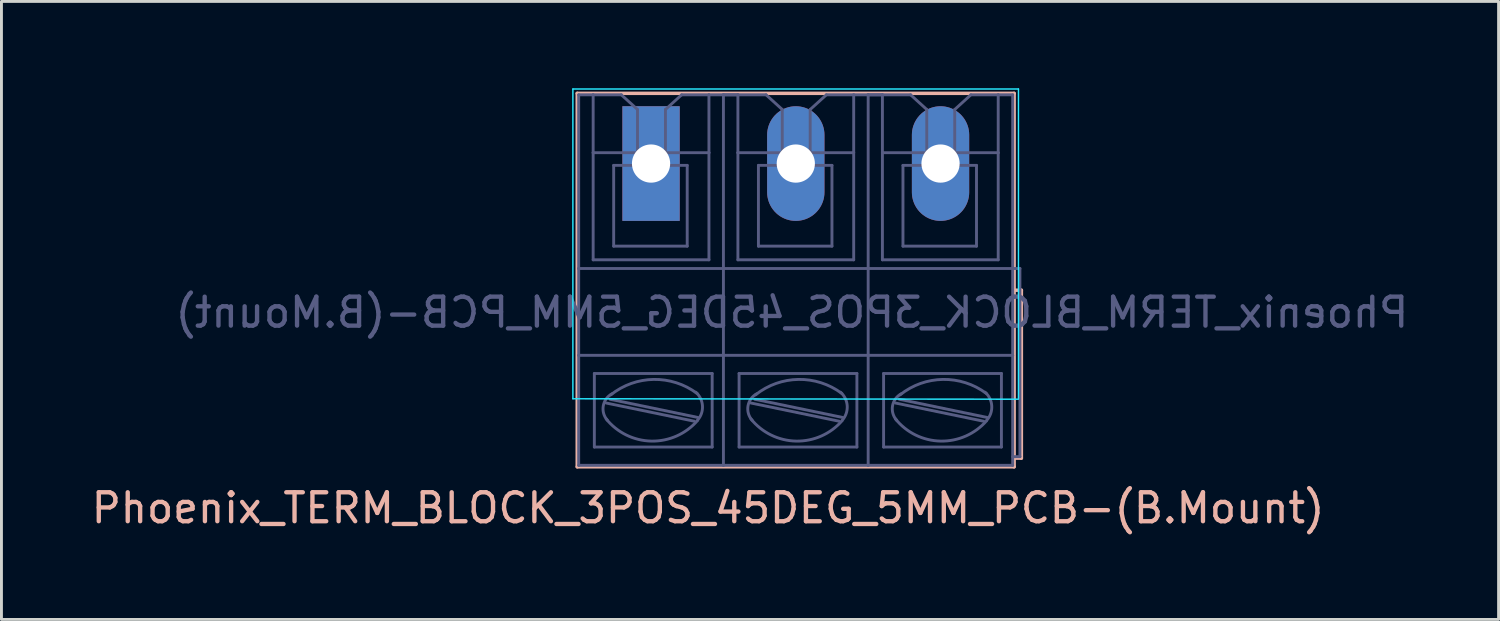
<source format=kicad_pcb>
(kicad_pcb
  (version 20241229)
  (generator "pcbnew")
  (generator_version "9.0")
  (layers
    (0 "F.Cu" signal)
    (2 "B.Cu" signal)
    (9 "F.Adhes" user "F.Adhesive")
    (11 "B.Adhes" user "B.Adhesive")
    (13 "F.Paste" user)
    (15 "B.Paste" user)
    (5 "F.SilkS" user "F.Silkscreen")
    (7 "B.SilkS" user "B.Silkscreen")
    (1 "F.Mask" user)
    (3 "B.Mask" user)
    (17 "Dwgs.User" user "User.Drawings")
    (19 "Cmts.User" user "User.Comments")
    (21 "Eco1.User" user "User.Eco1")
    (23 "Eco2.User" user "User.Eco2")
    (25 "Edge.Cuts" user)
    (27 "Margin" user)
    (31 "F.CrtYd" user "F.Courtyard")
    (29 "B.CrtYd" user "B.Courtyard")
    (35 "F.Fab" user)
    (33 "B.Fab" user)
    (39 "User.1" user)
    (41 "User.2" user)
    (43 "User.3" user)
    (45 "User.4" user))
  (footprint "Phoenix_TERM_BLOCK_3POS_45DEG_5MM_PCB-(B.Mount)"
    (layer "F.Cu")
    (at 19.44 2.6)
    (property "Reference" "Phoenix_TERM_BLOCK_3POS_45DEG_5MM_PCB-(B.Mount)" (at 1.97 11.9 0) (layer "B.SilkS") (effects (font (size 1 1) (thickness 0.15))))
    (attr through_hole)
    (fp_line (start -2.55 -2.425) (end -2.55 10.475) (stroke (width 0.12) (type solid)) (layer "B.SilkS"))
    (fp_line (start -2.55 10.475) (end 12.542 10.475) (stroke (width 0.12) (type solid)) (layer "B.SilkS"))
    (fp_line (start 12.542 -2.425) (end -2.55 -2.425) (stroke (width 0.12) (type solid)) (layer "B.SilkS"))
    (fp_line (start 12.542 4.375) (end 12.542 -2.425) (stroke (width 0.12) (type solid)) (layer "B.SilkS"))
    (fp_line (start 12.542 10.175) (end 12.542 4.375) (stroke (width 0.12) (type solid)) (layer "B.SilkS"))
    (fp_line (start 12.542 10.175) (end 12.792 10.175) (stroke (width 0.12) (type solid)) (layer "B.SilkS"))
    (fp_line (start 12.542 10.475) (end 12.542 10.175) (stroke (width 0.12) (type solid)) (layer "B.SilkS"))
    (fp_line (start 12.792 4.375) (end 12.542 4.375) (stroke (width 0.12) (type solid)) (layer "B.SilkS"))
    (fp_line (start 12.792 10.175) (end 12.792 4.375) (stroke (width 0.12) (type solid)) (layer "B.SilkS"))
    (fp_line (start -2.7 8.125) (end -2.7 -2.575) (stroke (width 0.05) (type solid)) (layer "B.CrtYd"))
    (fp_line (start -2.7 8.125) (end 12.689 8.14) (stroke (width 0.05) (type solid)) (layer "B.CrtYd"))
    (fp_line (start 12.692 -2.575) (end -2.7 -2.575) (stroke (width 0.05) (type solid)) (layer "B.CrtYd"))
    (fp_line (start 12.692 -2.575) (end 12.692 8.125) (stroke (width 0.05) (type solid)) (layer "B.CrtYd"))
    (fp_line (start -2.5 -2.375) (end -2.5 3.625) (stroke (width 0.1) (type solid)) (layer "B.Fab"))
    (fp_line (start -2.5 -2.375) (end -2 -2.375) (stroke (width 0.1) (type solid)) (layer "B.Fab"))
    (fp_line (start -2.5 3.625) (end -2.5 6.625) (stroke (width 0.1) (type solid)) (layer "B.Fab"))
    (fp_line (start -2.5 6.625) (end -2.5 10.425) (stroke (width 0.1) (type solid)) (layer "B.Fab"))
    (fp_line (start -2 -2.375) (end -1.027 -2.375) (stroke (width 0.1) (type solid)) (layer "B.Fab"))
    (fp_line (start -2 -0.375) (end -2 -2.375) (stroke (width 0.1) (type solid)) (layer "B.Fab"))
    (fp_line (start -2 3.325) (end -2 -0.375) (stroke (width 0.1) (type solid)) (layer "B.Fab"))
    (fp_line (start -1.959 7.252) (end -1.959 9.792) (stroke (width 0.1) (type solid)) (layer "B.Fab"))
    (fp_line (start -1.549 8.272) (end 1.501 8.902) (stroke (width 0.1) (type solid)) (layer "B.Fab"))
    (fp_line (start -1.419 8.142) (end 1.621 8.772) (stroke (width 0.1) (type solid)) (layer "B.Fab"))
    (fp_line (start -1.291 0.063) (end -1.291 2.853) (stroke (width 0.1) (type solid)) (layer "B.Fab"))
    (fp_line (start -1.291 0.063) (end 1.249 0.063) (stroke (width 0.1) (type solid)) (layer "B.Fab"))
    (fp_line (start -1.291 2.853) (end 1.249 2.853) (stroke (width 0.1) (type solid)) (layer "B.Fab"))
    (fp_line (start -1.027 -2.375) (end -0.468 -1.867) (stroke (width 0.1) (type solid)) (layer "B.Fab"))
    (fp_line (start -0.468 -1.867) (end -0.468 -0.394) (stroke (width 0.1) (type solid)) (layer "B.Fab"))
    (fp_line (start 0.497 -1.867) (end 0.497 -0.394) (stroke (width 0.1) (type solid)) (layer "B.Fab"))
    (fp_line (start 1.056 -2.375) (end 0.497 -1.867) (stroke (width 0.1) (type solid)) (layer "B.Fab"))
    (fp_line (start 1.249 0.063) (end 1.249 2.853) (stroke (width 0.1) (type solid)) (layer "B.Fab"))
    (fp_line (start 2 -2.375) (end 1.056 -2.375) (stroke (width 0.1) (type solid)) (layer "B.Fab"))
    (fp_line (start 2 -2.375) (end 2 -0.375) (stroke (width 0.1) (type solid)) (layer "B.Fab"))
    (fp_line (start 2 -2.375) (end 2.5 -2.375) (stroke (width 0.1) (type solid)) (layer "B.Fab"))
    (fp_line (start 2 -0.375) (end -2 -0.375) (stroke (width 0.1) (type solid)) (layer "B.Fab"))
    (fp_line (start 2 -0.375) (end 2 3.325) (stroke (width 0.1) (type solid)) (layer "B.Fab"))
    (fp_line (start 2 3.325) (end -2 3.325) (stroke (width 0.1) (type solid)) (layer "B.Fab"))
    (fp_line (start 2.111 7.252) (end -1.959 7.252) (stroke (width 0.1) (type solid)) (layer "B.Fab"))
    (fp_line (start 2.111 7.252) (end 2.111 9.792) (stroke (width 0.1) (type solid)) (layer "B.Fab"))
    (fp_line (start 2.111 9.792) (end -1.959 9.792) (stroke (width 0.1) (type solid)) (layer "B.Fab"))
    (fp_line (start 2.5 -2.375) (end 2.5 3.625) (stroke (width 0.1) (type solid)) (layer "B.Fab"))
    (fp_line (start 2.5 -2.375) (end 3 -2.375) (stroke (width 0.1) (type solid)) (layer "B.Fab"))
    (fp_line (start 2.5 -2.375) (end 3 -2.375) (stroke (width 0.1) (type solid)) (layer "B.Fab"))
    (fp_line (start 2.5 3.625) (end -2.5 3.625) (stroke (width 0.1) (type solid)) (layer "B.Fab"))
    (fp_line (start 2.5 3.625) (end 2.5 6.625) (stroke (width 0.1) (type solid)) (layer "B.Fab"))
    (fp_line (start 2.5 6.625) (end -2.5 6.625) (stroke (width 0.1) (type solid)) (layer "B.Fab"))
    (fp_line (start 2.5 6.625) (end 2.5 10.425) (stroke (width 0.1) (type solid)) (layer "B.Fab"))
    (fp_line (start 2.5 10.425) (end -2.5 10.425) (stroke (width 0.1) (type solid)) (layer "B.Fab"))
    (fp_line (start 3 -2.375) (end 3.973 -2.375) (stroke (width 0.1) (type solid)) (layer "B.Fab"))
    (fp_line (start 3 -0.375) (end 3 -2.375) (stroke (width 0.1) (type solid)) (layer "B.Fab"))
    (fp_line (start 3 3.325) (end 3 -0.375) (stroke (width 0.1) (type solid)) (layer "B.Fab"))
    (fp_line (start 3.041 7.252) (end 3.041 9.792) (stroke (width 0.1) (type solid)) (layer "B.Fab"))
    (fp_line (start 3.451 8.272) (end 6.501 8.902) (stroke (width 0.1) (type solid)) (layer "B.Fab"))
    (fp_line (start 3.581 8.142) (end 6.621 8.772) (stroke (width 0.1) (type solid)) (layer "B.Fab"))
    (fp_line (start 3.709 0.063) (end 3.709 2.853) (stroke (width 0.1) (type solid)) (layer "B.Fab"))
    (fp_line (start 3.709 0.063) (end 6.249 0.063) (stroke (width 0.1) (type solid)) (layer "B.Fab"))
    (fp_line (start 3.709 2.853) (end 6.249 2.853) (stroke (width 0.1) (type solid)) (layer "B.Fab"))
    (fp_line (start 3.973 -2.375) (end 4.532 -1.867) (stroke (width 0.1) (type solid)) (layer "B.Fab"))
    (fp_line (start 4.532 -1.867) (end 4.532 -0.394) (stroke (width 0.1) (type solid)) (layer "B.Fab"))
    (fp_line (start 5.497 -1.867) (end 5.497 -0.394) (stroke (width 0.1) (type solid)) (layer "B.Fab"))
    (fp_line (start 6.056 -2.375) (end 5.497 -1.867) (stroke (width 0.1) (type solid)) (layer "B.Fab"))
    (fp_line (start 6.249 0.063) (end 6.249 2.853) (stroke (width 0.1) (type solid)) (layer "B.Fab"))
    (fp_line (start 7 -2.375) (end 6.056 -2.375) (stroke (width 0.1) (type solid)) (layer "B.Fab"))
    (fp_line (start 7 -2.375) (end 7 -0.375) (stroke (width 0.1) (type solid)) (layer "B.Fab"))
    (fp_line (start 7 -2.375) (end 7.5 -2.375) (stroke (width 0.1) (type solid)) (layer "B.Fab"))
    (fp_line (start 7 -0.375) (end 3 -0.375) (stroke (width 0.1) (type solid)) (layer "B.Fab"))
    (fp_line (start 7 -0.375) (end 7 3.325) (stroke (width 0.1) (type solid)) (layer "B.Fab"))
    (fp_line (start 7 3.325) (end 3 3.325) (stroke (width 0.1) (type solid)) (layer "B.Fab"))
    (fp_line (start 7.111 7.252) (end 3.041 7.252) (stroke (width 0.1) (type solid)) (layer "B.Fab"))
    (fp_line (start 7.111 7.252) (end 7.111 9.792) (stroke (width 0.1) (type solid)) (layer "B.Fab"))
    (fp_line (start 7.111 9.792) (end 3.041 9.792) (stroke (width 0.1) (type solid)) (layer "B.Fab"))
    (fp_line (start 7.492 -2.375) (end 7.992 -2.375) (stroke (width 0.1) (type solid)) (layer "B.Fab"))
    (fp_line (start 7.492 -2.375) (end 7.992 -2.375) (stroke (width 0.1) (type solid)) (layer "B.Fab"))
    (fp_line (start 7.5 -2.375) (end 7.5 3.625) (stroke (width 0.1) (type solid)) (layer "B.Fab"))
    (fp_line (start 7.5 3.625) (end 2.5 3.625) (stroke (width 0.1) (type solid)) (layer "B.Fab"))
    (fp_line (start 7.5 3.625) (end 7.5 6.625) (stroke (width 0.1) (type solid)) (layer "B.Fab"))
    (fp_line (start 7.5 6.625) (end 2.5 6.625) (stroke (width 0.1) (type solid)) (layer "B.Fab"))
    (fp_line (start 7.5 6.625) (end 7.5 10.425) (stroke (width 0.1) (type solid)) (layer "B.Fab"))
    (fp_line (start 7.5 10.425) (end 2.5 10.425) (stroke (width 0.1) (type solid)) (layer "B.Fab"))
    (fp_line (start 7.992 -2.375) (end 8.966 -2.375) (stroke (width 0.1) (type solid)) (layer "B.Fab"))
    (fp_line (start 7.992 -0.375) (end 7.992 -2.375) (stroke (width 0.1) (type solid)) (layer "B.Fab"))
    (fp_line (start 7.992 3.325) (end 7.992 -0.375) (stroke (width 0.1) (type solid)) (layer "B.Fab"))
    (fp_line (start 8.033 7.252) (end 8.033 9.792) (stroke (width 0.1) (type solid)) (layer "B.Fab"))
    (fp_line (start 8.443 8.272) (end 11.493 8.902) (stroke (width 0.1) (type solid)) (layer "B.Fab"))
    (fp_line (start 8.573 8.142) (end 11.613 8.772) (stroke (width 0.1) (type solid)) (layer "B.Fab"))
    (fp_line (start 8.702 0.063) (end 8.702 2.853) (stroke (width 0.1) (type solid)) (layer "B.Fab"))
    (fp_line (start 8.702 0.063) (end 11.242 0.063) (stroke (width 0.1) (type solid)) (layer "B.Fab"))
    (fp_line (start 8.702 2.853) (end 11.242 2.853) (stroke (width 0.1) (type solid)) (layer "B.Fab"))
    (fp_line (start 8.966 -2.375) (end 9.524 -1.867) (stroke (width 0.1) (type solid)) (layer "B.Fab"))
    (fp_line (start 9.524 -1.867) (end 9.524 -0.394) (stroke (width 0.1) (type solid)) (layer "B.Fab"))
    (fp_line (start 10.49 -1.867) (end 10.49 -0.394) (stroke (width 0.1) (type solid)) (layer "B.Fab"))
    (fp_line (start 11.048 -2.375) (end 10.49 -1.867) (stroke (width 0.1) (type solid)) (layer "B.Fab"))
    (fp_line (start 11.242 0.063) (end 11.242 2.853) (stroke (width 0.1) (type solid)) (layer "B.Fab"))
    (fp_line (start 11.992 -2.375) (end 11.048 -2.375) (stroke (width 0.1) (type solid)) (layer "B.Fab"))
    (fp_line (start 11.992 -2.375) (end 11.992 -0.375) (stroke (width 0.1) (type solid)) (layer "B.Fab"))
    (fp_line (start 11.992 -2.375) (end 12.492 -2.375) (stroke (width 0.1) (type solid)) (layer "B.Fab"))
    (fp_line (start 11.992 -0.375) (end 7.992 -0.375) (stroke (width 0.1) (type solid)) (layer "B.Fab"))
    (fp_line (start 11.992 -0.375) (end 11.992 3.325) (stroke (width 0.1) (type solid)) (layer "B.Fab"))
    (fp_line (start 11.992 3.325) (end 7.992 3.325) (stroke (width 0.1) (type solid)) (layer "B.Fab"))
    (fp_line (start 12.103 7.252) (end 8.033 7.252) (stroke (width 0.1) (type solid)) (layer "B.Fab"))
    (fp_line (start 12.103 7.252) (end 12.103 9.792) (stroke (width 0.1) (type solid)) (layer "B.Fab"))
    (fp_line (start 12.103 9.792) (end 8.033 9.792) (stroke (width 0.1) (type solid)) (layer "B.Fab"))
    (fp_line (start 12.492 3.625) (end 7.492 3.625) (stroke (width 0.1) (type solid)) (layer "B.Fab"))
    (fp_line (start 12.492 3.625) (end 12.492 -2.375) (stroke (width 0.1) (type solid)) (layer "B.Fab"))
    (fp_line (start 12.492 3.625) (end 12.492 6.625) (stroke (width 0.1) (type solid)) (layer "B.Fab"))
    (fp_line (start 12.492 6.625) (end 7.492 6.625) (stroke (width 0.1) (type solid)) (layer "B.Fab"))
    (fp_line (start 12.492 6.625) (end 12.492 10.425) (stroke (width 0.1) (type solid)) (layer "B.Fab"))
    (fp_line (start 12.492 10.425) (end 7.492 10.425) (stroke (width 0.1) (type solid)) (layer "B.Fab"))
    (fp_line (start 12.742 3.625) (end 12.492 3.625) (stroke (width 0.1) (type solid)) (layer "B.Fab"))
    (fp_line (start 12.742 10.125) (end 12.492 10.125) (stroke (width 0.1) (type solid)) (layer "B.Fab"))
    (fp_line (start 12.742 10.125) (end 12.742 3.625) (stroke (width 0.1) (type solid)) (layer "B.Fab"))
    (fp_arc (start -1.504626 8.871405) (mid -1.651524 8.373915) (end -1.3492 7.9524) (stroke (width 0.1) (type solid)) (layer "B.Fab"))
    (fp_arc (start -1.391533 7.990663) (mid 0.091383 7.456718) (end 1.5908 7.9424) (stroke (width 0.1) (type solid)) (layer "B.Fab"))
    (fp_arc (start 1.546332 7.898405) (mid 1.776533 8.374052) (end 1.6008 8.8724) (stroke (width 0.1) (type solid)) (layer "B.Fab"))
    (fp_arc (start 1.599039 8.884086) (mid 0.010537 9.587267) (end -1.5492 8.8224) (stroke (width 0.1) (type solid)) (layer "B.Fab"))
    (fp_arc (start 3.495374 8.871405) (mid 3.348476 8.373915) (end 3.6508 7.9524) (stroke (width 0.1) (type solid)) (layer "B.Fab"))
    (fp_arc (start 3.608467 7.990663) (mid 5.091383 7.456718) (end 6.5908 7.9424) (stroke (width 0.1) (type solid)) (layer "B.Fab"))
    (fp_arc (start 6.546332 7.898405) (mid 6.776533 8.374052) (end 6.6008 8.8724) (stroke (width 0.1) (type solid)) (layer "B.Fab"))
    (fp_arc (start 6.599039 8.884086) (mid 5.010537 9.587267) (end 3.4508 8.8224) (stroke (width 0.1) (type solid)) (layer "B.Fab"))
    (fp_arc (start 8.487774 8.871405) (mid 8.340876 8.373915) (end 8.6432 7.9524) (stroke (width 0.1) (type solid)) (layer "B.Fab"))
    (fp_arc (start 8.600867 7.990663) (mid 10.083783 7.456718) (end 11.5832 7.9424) (stroke (width 0.1) (type solid)) (layer "B.Fab"))
    (fp_arc (start 11.538732 7.898405) (mid 11.768933 8.374052) (end 11.5932 8.8724) (stroke (width 0.1) (type solid)) (layer "B.Fab"))
    (fp_arc (start 11.591439 8.884086) (mid 10.002937 9.587267) (end 8.4432 8.8224) (stroke (width 0.1) (type solid)) (layer "B.Fab"))
    (fp_text user "${REFERENCE}" (at 4.866 5.143 0) (layer "B.Fab") (effects (font (size 1 1) (thickness 0.15)) (justify mirror)))
    (pad "1" thru_hole rect (at 0 0) (size 1.98 3.96) (drill 1.32) (layers "*.Cu" "*.Mask" "F.Paste"))
    (pad "2" thru_hole oval (at 5 0) (size 1.98 3.96) (drill 1.32) (layers "*.Cu" "*.Mask" "F.Paste"))
    (pad "3" thru_hole oval (at 10 0) (size 1.98 3.96) (drill 1.32) (layers "*.Cu" "*.Mask" "F.Paste")))
  (gr_rect
    (start -3 -3)
    (end 48.717 18.348)
    (stroke (width 0.1) (type default))
    (fill no)
    (layer "Edge.Cuts")))
</source>
